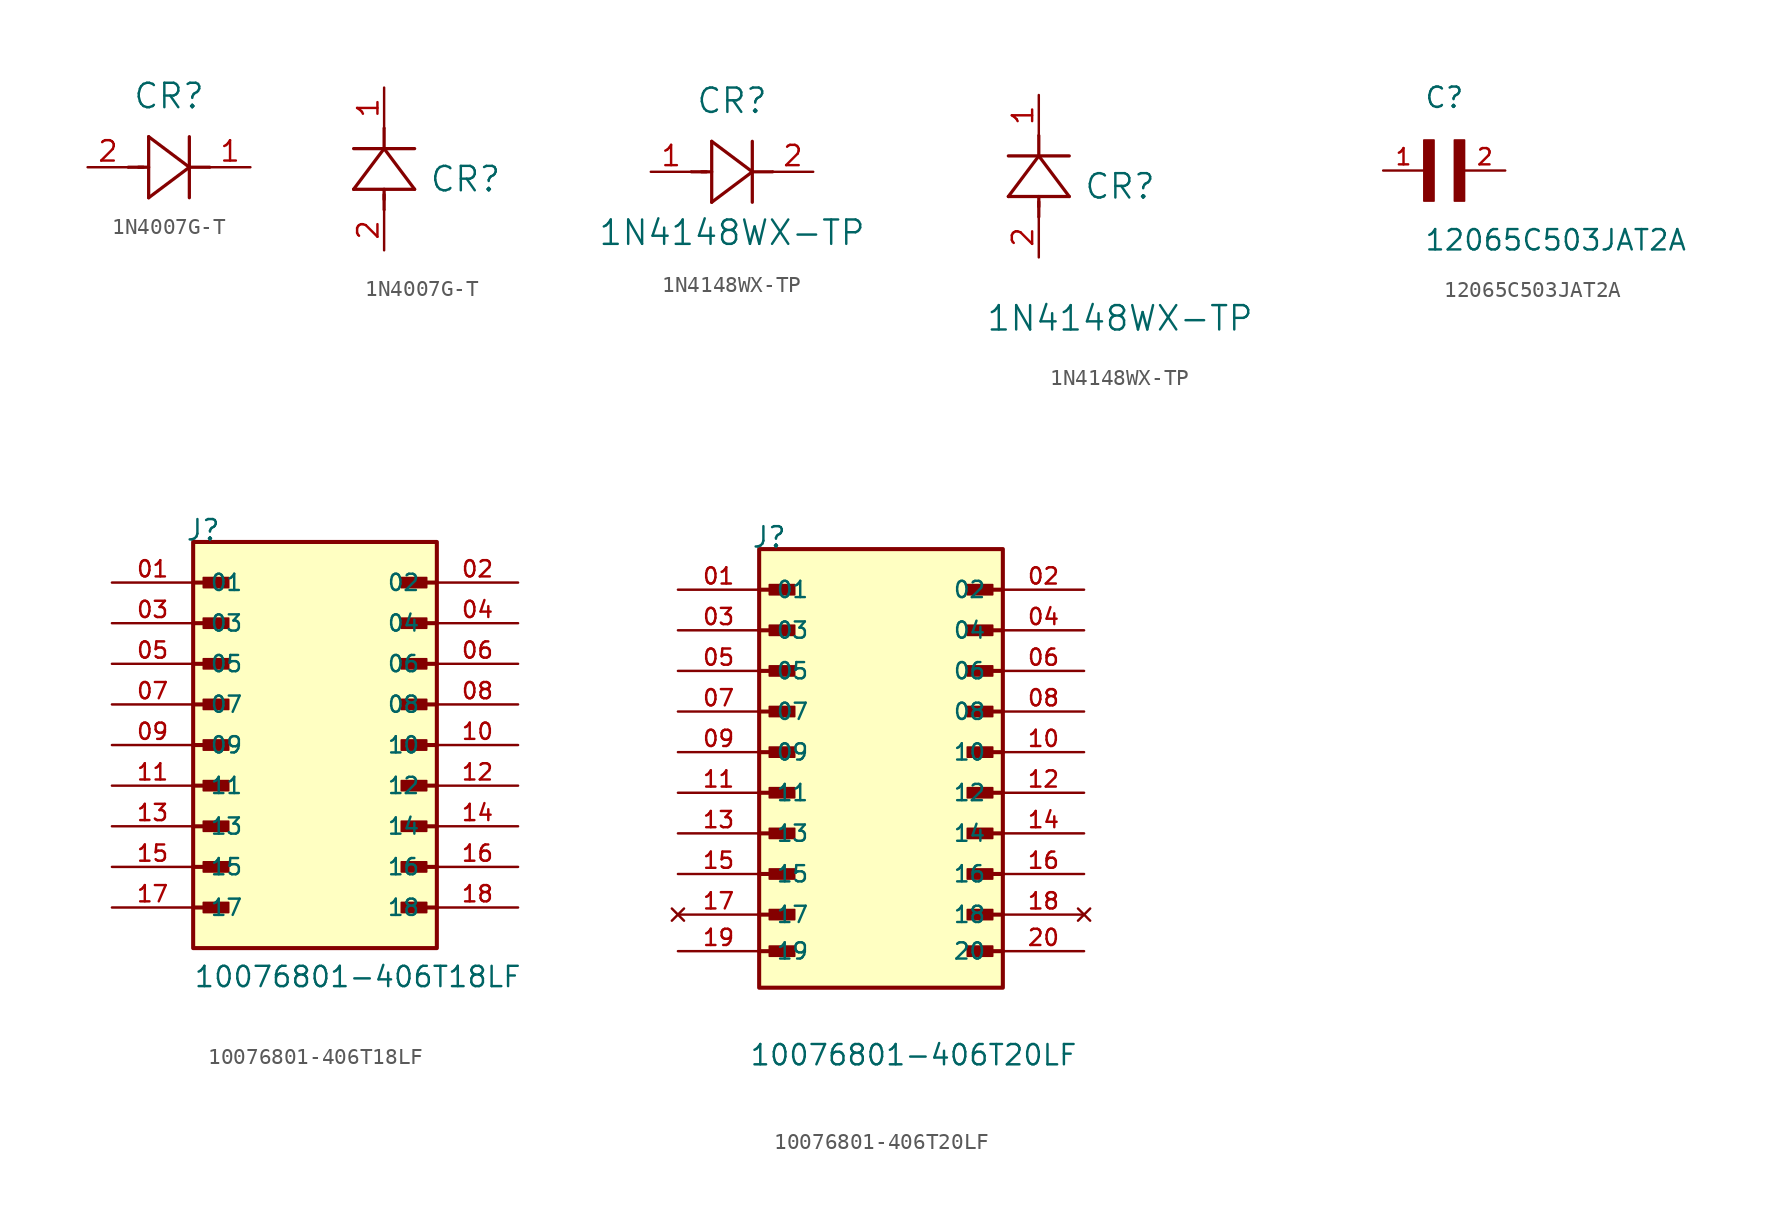
<source format=kicad_sym>
(kicad_symbol_lib
  (version 20231120)
  (generator "kicad_symbol_editor")
  (generator_version "8.0")
  (symbol "1N4007G-T"
    (pin_names
      (offset 0.254))
    (property "Reference" "CR"
      (at 5.08 4.445 0)
      (effects (font (size 1.524 1.524))))
    (symbol "1N4007G-T_1_1"
      (polyline (pts (xy 2.54 0) (xy 3.48 0)) (stroke (width 0.203) (type default)) (fill (type none)))
      (polyline (pts (xy 3.175 0) (xy 3.81 0)) (stroke (width 0.203) (type default)) (fill (type none)))
      (polyline (pts (xy 3.81 -1.905) (xy 6.35 0)) (stroke (width 0.203) (type default)) (fill (type none)))
      (polyline (pts (xy 3.81 1.905) (xy 3.81 -1.905)) (stroke (width 0.203) (type default)) (fill (type none)))
      (polyline (pts (xy 6.35 -1.905) (xy 6.35 1.905)) (stroke (width 0.203) (type default)) (fill (type none)))
      (polyline (pts (xy 6.35 0) (xy 3.81 1.905)) (stroke (width 0.203) (type default)) (fill (type none)))
      (polyline (pts (xy 6.35 0) (xy 7.62 0)) (stroke (width 0.203) (type default)) (fill (type none)))
      (pin unspecified line (at 10.16 0 180) (length 2.54) (name "" (effects (font (size 1.27 1.27)))) (number "1" (effects (font (size 1.27 1.27)))))
      (pin unspecified line (at 0 0 0) (length 2.54) (name "" (effects (font (size 1.27 1.27)))) (number "2" (effects (font (size 1.27 1.27))))))
    (symbol "1N4007G-T_1_2"
      (polyline (pts (xy -1.905 3.81) (xy 1.905 3.81)) (stroke (width 0.203) (type default)) (fill (type none)))
      (polyline (pts (xy 0 2.54) (xy 0 3.48)) (stroke (width 0.203) (type default)) (fill (type none)))
      (polyline (pts (xy 0 3.175) (xy 0 3.81)) (stroke (width 0.203) (type default)) (fill (type none)))
      (polyline (pts (xy 0 6.35) (xy -1.905 3.81)) (stroke (width 0.203) (type default)) (fill (type none)))
      (polyline (pts (xy 0 6.35) (xy 0 7.62)) (stroke (width 0.203) (type default)) (fill (type none)))
      (polyline (pts (xy 1.905 3.81) (xy 0 6.35)) (stroke (width 0.203) (type default)) (fill (type none)))
      (polyline (pts (xy 1.905 6.35) (xy -1.905 6.35)) (stroke (width 0.203) (type default)) (fill (type none)))
      (pin unspecified line (at 0 10.16 270) (length 2.54) (name "" (effects (font (size 1.27 1.27)))) (number "1" (effects (font (size 1.27 1.27)))))
      (pin unspecified line (at 0 0 90) (length 2.54) (name "" (effects (font (size 1.27 1.27)))) (number "2" (effects (font (size 1.27 1.27)))))))
  (symbol "1N4148WX-TP"
    (pin_names
      (offset 0.254))
    (property "Reference" "CR"
      (at 5.08 4.445 0)
      (effects (font (size 1.524 1.524))))
    (property "Value" "1N4148WX-TP"
      (at 5.08 -3.81 0)
      (effects (font (size 1.524 1.524))))
    (symbol "1N4148WX-TP_1_1"
      (polyline (pts (xy 2.54 0) (xy 3.48 0)) (stroke (width 0.203) (type default)) (fill (type none)))
      (polyline (pts (xy 3.175 0) (xy 3.81 0)) (stroke (width 0.203) (type default)) (fill (type none)))
      (polyline (pts (xy 3.81 -1.905) (xy 6.35 0)) (stroke (width 0.203) (type default)) (fill (type none)))
      (polyline (pts (xy 3.81 1.905) (xy 3.81 -1.905)) (stroke (width 0.203) (type default)) (fill (type none)))
      (polyline (pts (xy 6.35 -1.905) (xy 6.35 1.905)) (stroke (width 0.203) (type default)) (fill (type none)))
      (polyline (pts (xy 6.35 0) (xy 3.81 1.905)) (stroke (width 0.203) (type default)) (fill (type none)))
      (polyline (pts (xy 6.35 0) (xy 7.62 0)) (stroke (width 0.203) (type default)) (fill (type none)))
      (pin unspecified line (at 0 0 0) (length 2.54) (name "" (effects (font (size 1.27 1.27)))) (number "1" (effects (font (size 1.27 1.27)))))
      (pin unspecified line (at 10.16 0 180) (length 2.54) (name "" (effects (font (size 1.27 1.27)))) (number "2" (effects (font (size 1.27 1.27))))))
    (symbol "1N4148WX-TP_1_2"
      (polyline (pts (xy -1.905 3.81) (xy 1.905 3.81)) (stroke (width 0.203) (type default)) (fill (type none)))
      (polyline (pts (xy 0 2.54) (xy 0 3.48)) (stroke (width 0.203) (type default)) (fill (type none)))
      (polyline (pts (xy 0 3.175) (xy 0 3.81)) (stroke (width 0.203) (type default)) (fill (type none)))
      (polyline (pts (xy 0 6.35) (xy -1.905 3.81)) (stroke (width 0.203) (type default)) (fill (type none)))
      (polyline (pts (xy 0 6.35) (xy 0 7.62)) (stroke (width 0.203) (type default)) (fill (type none)))
      (polyline (pts (xy 1.905 3.81) (xy 0 6.35)) (stroke (width 0.203) (type default)) (fill (type none)))
      (polyline (pts (xy 1.905 6.35) (xy -1.905 6.35)) (stroke (width 0.203) (type default)) (fill (type none)))
      (pin unspecified line (at 0 10.16 270) (length 2.54) (name "" (effects (font (size 1.27 1.27)))) (number "1" (effects (font (size 1.27 1.27)))))
      (pin unspecified line (at 0 0 90) (length 2.54) (name "" (effects (font (size 1.27 1.27)))) (number "2" (effects (font (size 1.27 1.27)))))))
  (symbol "12065C503JAT2A"
    (pin_names
      (offset 1.016))
    (property "Reference" "C"
      (at 0 3.811 0)
      (effects (font (size 1.27 1.27)) (justify left bottom)))
    (property "Value" "12065C503JAT2A"
      (at 0 -5.088 0)
      (effects (font (size 1.27 1.27)) (justify left bottom)))
    (symbol "12065C503JAT2A_0_0"
      (rectangle (start 0 -1.907) (end 0.635 1.905) (stroke (width 0.1) (type default)) (fill (type outline)))
      (rectangle (start 1.907 -1.907) (end 2.54 1.905) (stroke (width 0.1) (type default)) (fill (type outline)))
      (pin passive line (at -2.54 0 0) (length 2.54) (name "~" (effects (font (size 1.016 1.016)))) (number "1" (effects (font (size 1.016 1.016)))))
      (pin passive line (at 5.08 0 180) (length 2.54) (name "~" (effects (font (size 1.016 1.016)))) (number "2" (effects (font (size 1.016 1.016)))))))
  (symbol "10076801-406T18LF"
    (pin_names
      (offset 1.016))
    (property "Reference" "J"
      (at -8.12 12.7 0)
      (effects (font (size 1.27 1.27)) (justify left bottom)))
    (property "Value" "10076801-406T18LF"
      (at -7.62 -15.24 0)
      (effects (font (size 1.27 1.27)) (justify left bottom)))
    (symbol "10076801-406T18LF_0_0"
      (rectangle (start -7.62 -12.7) (end 7.62 12.7) (stroke (width 0.254) (type default)) (fill (type background)))
      (rectangle (start -6.985 -10.477) (end -5.397 -9.842) (stroke (width 0.1) (type default)) (fill (type outline)))
      (rectangle (start -6.985 -7.938) (end -5.397 -7.303) (stroke (width 0.1) (type default)) (fill (type outline)))
      (rectangle (start -6.985 -5.397) (end -5.397 -4.763) (stroke (width 0.1) (type default)) (fill (type outline)))
      (rectangle (start -6.985 -2.857) (end -5.397 -2.223) (stroke (width 0.1) (type default)) (fill (type outline)))
      (rectangle (start -6.985 -0.318) (end -5.397 0.318) (stroke (width 0.1) (type default)) (fill (type outline)))
      (rectangle (start -6.985 2.223) (end -5.397 2.857) (stroke (width 0.1) (type default)) (fill (type outline)))
      (rectangle (start -6.985 4.763) (end -5.397 5.397) (stroke (width 0.1) (type default)) (fill (type outline)))
      (rectangle (start -6.985 7.303) (end -5.397 7.938) (stroke (width 0.1) (type default)) (fill (type outline)))
      (rectangle (start -6.985 9.842) (end -5.397 10.477) (stroke (width 0.1) (type default)) (fill (type outline)))
      (polyline (pts (xy -7.62 -10.16) (xy -5.715 -10.16)) (stroke (width 0.254) (type default)) (fill (type none)))
      (polyline (pts (xy -7.62 -7.62) (xy -5.715 -7.62)) (stroke (width 0.254) (type default)) (fill (type none)))
      (polyline (pts (xy -7.62 -5.08) (xy -5.715 -5.08)) (stroke (width 0.254) (type default)) (fill (type none)))
      (polyline (pts (xy -7.62 -2.54) (xy -5.715 -2.54)) (stroke (width 0.254) (type default)) (fill (type none)))
      (polyline (pts (xy -7.62 0) (xy -5.715 0)) (stroke (width 0.254) (type default)) (fill (type none)))
      (polyline (pts (xy -7.62 2.54) (xy -5.715 2.54)) (stroke (width 0.254) (type default)) (fill (type none)))
      (polyline (pts (xy -7.62 5.08) (xy -5.715 5.08)) (stroke (width 0.254) (type default)) (fill (type none)))
      (polyline (pts (xy -7.62 7.62) (xy -5.715 7.62)) (stroke (width 0.254) (type default)) (fill (type none)))
      (polyline (pts (xy -7.62 10.16) (xy -5.715 10.16)) (stroke (width 0.254) (type default)) (fill (type none)))
      (polyline (pts (xy 7.62 -10.16) (xy 5.715 -10.16)) (stroke (width 0.254) (type default)) (fill (type none)))
      (polyline (pts (xy 7.62 -7.62) (xy 5.715 -7.62)) (stroke (width 0.254) (type default)) (fill (type none)))
      (polyline (pts (xy 7.62 -5.08) (xy 5.715 -5.08)) (stroke (width 0.254) (type default)) (fill (type none)))
      (polyline (pts (xy 7.62 -2.54) (xy 5.715 -2.54)) (stroke (width 0.254) (type default)) (fill (type none)))
      (polyline (pts (xy 7.62 0) (xy 5.715 0)) (stroke (width 0.254) (type default)) (fill (type none)))
      (polyline (pts (xy 7.62 2.54) (xy 5.715 2.54)) (stroke (width 0.254) (type default)) (fill (type none)))
      (polyline (pts (xy 7.62 5.08) (xy 5.715 5.08)) (stroke (width 0.254) (type default)) (fill (type none)))
      (polyline (pts (xy 7.62 7.62) (xy 5.715 7.62)) (stroke (width 0.254) (type default)) (fill (type none)))
      (polyline (pts (xy 7.62 10.16) (xy 5.715 10.16)) (stroke (width 0.254) (type default)) (fill (type none)))
      (rectangle (start 6.985 -10.477) (end 5.397 -9.842) (stroke (width 0.1) (type default)) (fill (type outline)))
      (rectangle (start 6.985 -7.938) (end 5.397 -7.303) (stroke (width 0.1) (type default)) (fill (type outline)))
      (rectangle (start 6.985 -5.397) (end 5.397 -4.763) (stroke (width 0.1) (type default)) (fill (type outline)))
      (rectangle (start 6.985 -2.857) (end 5.397 -2.223) (stroke (width 0.1) (type default)) (fill (type outline)))
      (rectangle (start 6.985 -0.318) (end 5.397 0.318) (stroke (width 0.1) (type default)) (fill (type outline)))
      (rectangle (start 6.985 2.223) (end 5.397 2.857) (stroke (width 0.1) (type default)) (fill (type outline)))
      (rectangle (start 6.985 4.763) (end 5.397 5.397) (stroke (width 0.1) (type default)) (fill (type outline)))
      (rectangle (start 6.985 7.303) (end 5.397 7.938) (stroke (width 0.1) (type default)) (fill (type outline)))
      (rectangle (start 6.985 9.842) (end 5.397 10.477) (stroke (width 0.1) (type default)) (fill (type outline)))
      (pin passive line (at -12.7 10.16 0) (length 5.08) (name "01" (effects (font (size 1.016 1.016)))) (number "01" (effects (font (size 1.016 1.016)))))
      (pin passive line (at 12.7 10.16 180) (length 5.08) (name "02" (effects (font (size 1.016 1.016)))) (number "02" (effects (font (size 1.016 1.016)))))
      (pin passive line (at -12.7 7.62 0) (length 5.08) (name "03" (effects (font (size 1.016 1.016)))) (number "03" (effects (font (size 1.016 1.016)))))
      (pin passive line (at 12.7 7.62 180) (length 5.08) (name "04" (effects (font (size 1.016 1.016)))) (number "04" (effects (font (size 1.016 1.016)))))
      (pin passive line (at -12.7 5.08 0) (length 5.08) (name "05" (effects (font (size 1.016 1.016)))) (number "05" (effects (font (size 1.016 1.016)))))
      (pin passive line (at 12.7 5.08 180) (length 5.08) (name "06" (effects (font (size 1.016 1.016)))) (number "06" (effects (font (size 1.016 1.016)))))
      (pin passive line (at -12.7 2.54 0) (length 5.08) (name "07" (effects (font (size 1.016 1.016)))) (number "07" (effects (font (size 1.016 1.016)))))
      (pin passive line (at 12.7 2.54 180) (length 5.08) (name "08" (effects (font (size 1.016 1.016)))) (number "08" (effects (font (size 1.016 1.016)))))
      (pin passive line (at -12.7 0 0) (length 5.08) (name "09" (effects (font (size 1.016 1.016)))) (number "09" (effects (font (size 1.016 1.016)))))
      (pin passive line (at 12.7 0 180) (length 5.08) (name "10" (effects (font (size 1.016 1.016)))) (number "10" (effects (font (size 1.016 1.016)))))
      (pin passive line (at -12.7 -2.54 0) (length 5.08) (name "11" (effects (font (size 1.016 1.016)))) (number "11" (effects (font (size 1.016 1.016)))))
      (pin passive line (at 12.7 -2.54 180) (length 5.08) (name "12" (effects (font (size 1.016 1.016)))) (number "12" (effects (font (size 1.016 1.016)))))
      (pin passive line (at -12.7 -5.08 0) (length 5.08) (name "13" (effects (font (size 1.016 1.016)))) (number "13" (effects (font (size 1.016 1.016)))))
      (pin passive line (at 12.7 -5.08 180) (length 5.08) (name "14" (effects (font (size 1.016 1.016)))) (number "14" (effects (font (size 1.016 1.016)))))
      (pin passive line (at -12.7 -7.62 0) (length 5.08) (name "15" (effects (font (size 1.016 1.016)))) (number "15" (effects (font (size 1.016 1.016)))))
      (pin passive line (at 12.7 -7.62 180) (length 5.08) (name "16" (effects (font (size 1.016 1.016)))) (number "16" (effects (font (size 1.016 1.016)))))
      (pin passive line (at -12.7 -10.16 0) (length 5.08) (name "17" (effects (font (size 1.016 1.016)))) (number "17" (effects (font (size 1.016 1.016)))))
      (pin passive line (at 12.7 -10.16 180) (length 5.08) (name "18" (effects (font (size 1.016 1.016)))) (number "18" (effects (font (size 1.016 1.016)))))))
  (symbol "10076801-406T20LF"
    (pin_names
      (offset 1.016))
    (property "Reference" "J"
      (at -8.12 12.7 0)
      (effects (font (size 1.27 1.27)) (justify left bottom)))
    (property "Value" "10076801-406T20LF"
      (at -8.255 -19.685 0)
      (effects (font (size 1.27 1.27)) (justify left bottom)))
    (symbol "10076801-406T20LF_0_0"
      (rectangle (start -7.62 12.7) (end 7.62 -14.732) (stroke (width 0.254) (type default)) (fill (type background)))
      (rectangle (start -6.985 -12.764) (end -5.397 -12.129) (stroke (width 0.1) (type default)) (fill (type outline)))
      (rectangle (start -6.985 -10.477) (end -5.397 -9.842) (stroke (width 0.1) (type default)) (fill (type outline)))
      (rectangle (start -6.985 -7.938) (end -5.397 -7.303) (stroke (width 0.1) (type default)) (fill (type outline)))
      (rectangle (start -6.985 -5.397) (end -5.397 -4.763) (stroke (width 0.1) (type default)) (fill (type outline)))
      (rectangle (start -6.985 -2.857) (end -5.397 -2.223) (stroke (width 0.1) (type default)) (fill (type outline)))
      (rectangle (start -6.985 -0.318) (end -5.397 0.318) (stroke (width 0.1) (type default)) (fill (type outline)))
      (rectangle (start -6.985 2.223) (end -5.397 2.857) (stroke (width 0.1) (type default)) (fill (type outline)))
      (rectangle (start -6.985 4.763) (end -5.397 5.397) (stroke (width 0.1) (type default)) (fill (type outline)))
      (rectangle (start -6.985 7.303) (end -5.397 7.938) (stroke (width 0.1) (type default)) (fill (type outline)))
      (rectangle (start -6.985 9.842) (end -5.397 10.477) (stroke (width 0.1) (type default)) (fill (type outline)))
      (polyline (pts (xy -7.62 -12.446) (xy -5.715 -12.446)) (stroke (width 0.254) (type default)) (fill (type none)))
      (polyline (pts (xy -7.62 -10.16) (xy -5.715 -10.16)) (stroke (width 0.254) (type default)) (fill (type none)))
      (polyline (pts (xy -7.62 -7.62) (xy -5.715 -7.62)) (stroke (width 0.254) (type default)) (fill (type none)))
      (polyline (pts (xy -7.62 -5.08) (xy -5.715 -5.08)) (stroke (width 0.254) (type default)) (fill (type none)))
      (polyline (pts (xy -7.62 -2.54) (xy -5.715 -2.54)) (stroke (width 0.254) (type default)) (fill (type none)))
      (polyline (pts (xy -7.62 0) (xy -5.715 0)) (stroke (width 0.254) (type default)) (fill (type none)))
      (polyline (pts (xy -7.62 2.54) (xy -5.715 2.54)) (stroke (width 0.254) (type default)) (fill (type none)))
      (polyline (pts (xy -7.62 5.08) (xy -5.715 5.08)) (stroke (width 0.254) (type default)) (fill (type none)))
      (polyline (pts (xy -7.62 7.62) (xy -5.715 7.62)) (stroke (width 0.254) (type default)) (fill (type none)))
      (polyline (pts (xy -7.62 10.16) (xy -5.715 10.16)) (stroke (width 0.254) (type default)) (fill (type none)))
      (polyline (pts (xy 7.62 -12.446) (xy 5.715 -12.446)) (stroke (width 0.254) (type default)) (fill (type none)))
      (polyline (pts (xy 7.62 -10.16) (xy 5.715 -10.16)) (stroke (width 0.254) (type default)) (fill (type none)))
      (polyline (pts (xy 7.62 -7.62) (xy 5.715 -7.62)) (stroke (width 0.254) (type default)) (fill (type none)))
      (polyline (pts (xy 7.62 -5.08) (xy 5.715 -5.08)) (stroke (width 0.254) (type default)) (fill (type none)))
      (polyline (pts (xy 7.62 -2.54) (xy 5.715 -2.54)) (stroke (width 0.254) (type default)) (fill (type none)))
      (polyline (pts (xy 7.62 0) (xy 5.715 0)) (stroke (width 0.254) (type default)) (fill (type none)))
      (polyline (pts (xy 7.62 2.54) (xy 5.715 2.54)) (stroke (width 0.254) (type default)) (fill (type none)))
      (polyline (pts (xy 7.62 5.08) (xy 5.715 5.08)) (stroke (width 0.254) (type default)) (fill (type none)))
      (polyline (pts (xy 7.62 7.62) (xy 5.715 7.62)) (stroke (width 0.254) (type default)) (fill (type none)))
      (polyline (pts (xy 7.62 10.16) (xy 5.715 10.16)) (stroke (width 0.254) (type default)) (fill (type none)))
      (rectangle (start 6.985 -12.764) (end 5.397 -12.129) (stroke (width 0.1) (type default)) (fill (type outline)))
      (rectangle (start 6.985 -10.477) (end 5.397 -9.842) (stroke (width 0.1) (type default)) (fill (type outline)))
      (rectangle (start 6.985 -7.938) (end 5.397 -7.303) (stroke (width 0.1) (type default)) (fill (type outline)))
      (rectangle (start 6.985 -5.397) (end 5.397 -4.763) (stroke (width 0.1) (type default)) (fill (type outline)))
      (rectangle (start 6.985 -2.857) (end 5.397 -2.223) (stroke (width 0.1) (type default)) (fill (type outline)))
      (rectangle (start 6.985 -0.318) (end 5.397 0.318) (stroke (width 0.1) (type default)) (fill (type outline)))
      (rectangle (start 6.985 2.223) (end 5.397 2.857) (stroke (width 0.1) (type default)) (fill (type outline)))
      (rectangle (start 6.985 4.763) (end 5.397 5.397) (stroke (width 0.1) (type default)) (fill (type outline)))
      (rectangle (start 6.985 7.303) (end 5.397 7.938) (stroke (width 0.1) (type default)) (fill (type outline)))
      (rectangle (start 6.985 9.842) (end 5.397 10.477) (stroke (width 0.1) (type default)) (fill (type outline)))
      (pin passive line (at -12.7 10.16 0) (length 5.08) (name "01" (effects (font (size 1.016 1.016)))) (number "01" (effects (font (size 1.016 1.016)))))
      (pin passive line (at 12.7 10.16 180) (length 5.08) (name "02" (effects (font (size 1.016 1.016)))) (number "02" (effects (font (size 1.016 1.016)))))
      (pin passive line (at -12.7 7.62 0) (length 5.08) (name "03" (effects (font (size 1.016 1.016)))) (number "03" (effects (font (size 1.016 1.016)))))
      (pin passive line (at 12.7 7.62 180) (length 5.08) (name "04" (effects (font (size 1.016 1.016)))) (number "04" (effects (font (size 1.016 1.016)))))
      (pin passive line (at -12.7 5.08 0) (length 5.08) (name "05" (effects (font (size 1.016 1.016)))) (number "05" (effects (font (size 1.016 1.016)))))
      (pin passive line (at 12.7 5.08 180) (length 5.08) (name "06" (effects (font (size 1.016 1.016)))) (number "06" (effects (font (size 1.016 1.016)))))
      (pin passive line (at -12.7 2.54 0) (length 5.08) (name "07" (effects (font (size 1.016 1.016)))) (number "07" (effects (font (size 1.016 1.016)))))
      (pin passive line (at 12.7 2.54 180) (length 5.08) (name "08" (effects (font (size 1.016 1.016)))) (number "08" (effects (font (size 1.016 1.016)))))
      (pin passive line (at -12.7 0 0) (length 5.08) (name "09" (effects (font (size 1.016 1.016)))) (number "09" (effects (font (size 1.016 1.016)))))
      (pin passive line (at 12.7 0 180) (length 5.08) (name "10" (effects (font (size 1.016 1.016)))) (number "10" (effects (font (size 1.016 1.016)))))
      (pin passive line (at -12.7 -2.54 0) (length 5.08) (name "11" (effects (font (size 1.016 1.016)))) (number "11" (effects (font (size 1.016 1.016)))))
      (pin passive line (at 12.7 -2.54 180) (length 5.08) (name "12" (effects (font (size 1.016 1.016)))) (number "12" (effects (font (size 1.016 1.016)))))
      (pin passive line (at -12.7 -5.08 0) (length 5.08) (name "13" (effects (font (size 1.016 1.016)))) (number "13" (effects (font (size 1.016 1.016)))))
      (pin passive line (at 12.7 -5.08 180) (length 5.08) (name "14" (effects (font (size 1.016 1.016)))) (number "14" (effects (font (size 1.016 1.016)))))
      (pin passive line (at -12.7 -7.62 0) (length 5.08) (name "15" (effects (font (size 1.016 1.016)))) (number "15" (effects (font (size 1.016 1.016)))))
      (pin passive line (at 12.7 -7.62 180) (length 5.08) (name "16" (effects (font (size 1.016 1.016)))) (number "16" (effects (font (size 1.016 1.016)))))
      (pin no_connect line (at -12.7 -10.16 0) (length 5.08) (name "17" (effects (font (size 1.016 1.016)))) (number "17" (effects (font (size 1.016 1.016)))))
      (pin no_connect line (at 12.7 -10.16 180) (length 5.08) (name "18" (effects (font (size 1.016 1.016)))) (number "18" (effects (font (size 1.016 1.016)))))
      (pin passive line (at -12.7 -12.446 0) (length 5.08) (name "19" (effects (font (size 1.016 1.016)))) (number "19" (effects (font (size 1.016 1.016)))))
      (pin passive line (at 12.7 -12.446 180) (length 5.08) (name "20" (effects (font (size 1.016 1.016)))) (number "20" (effects (font (size 1.016 1.016))))))))
</source>
